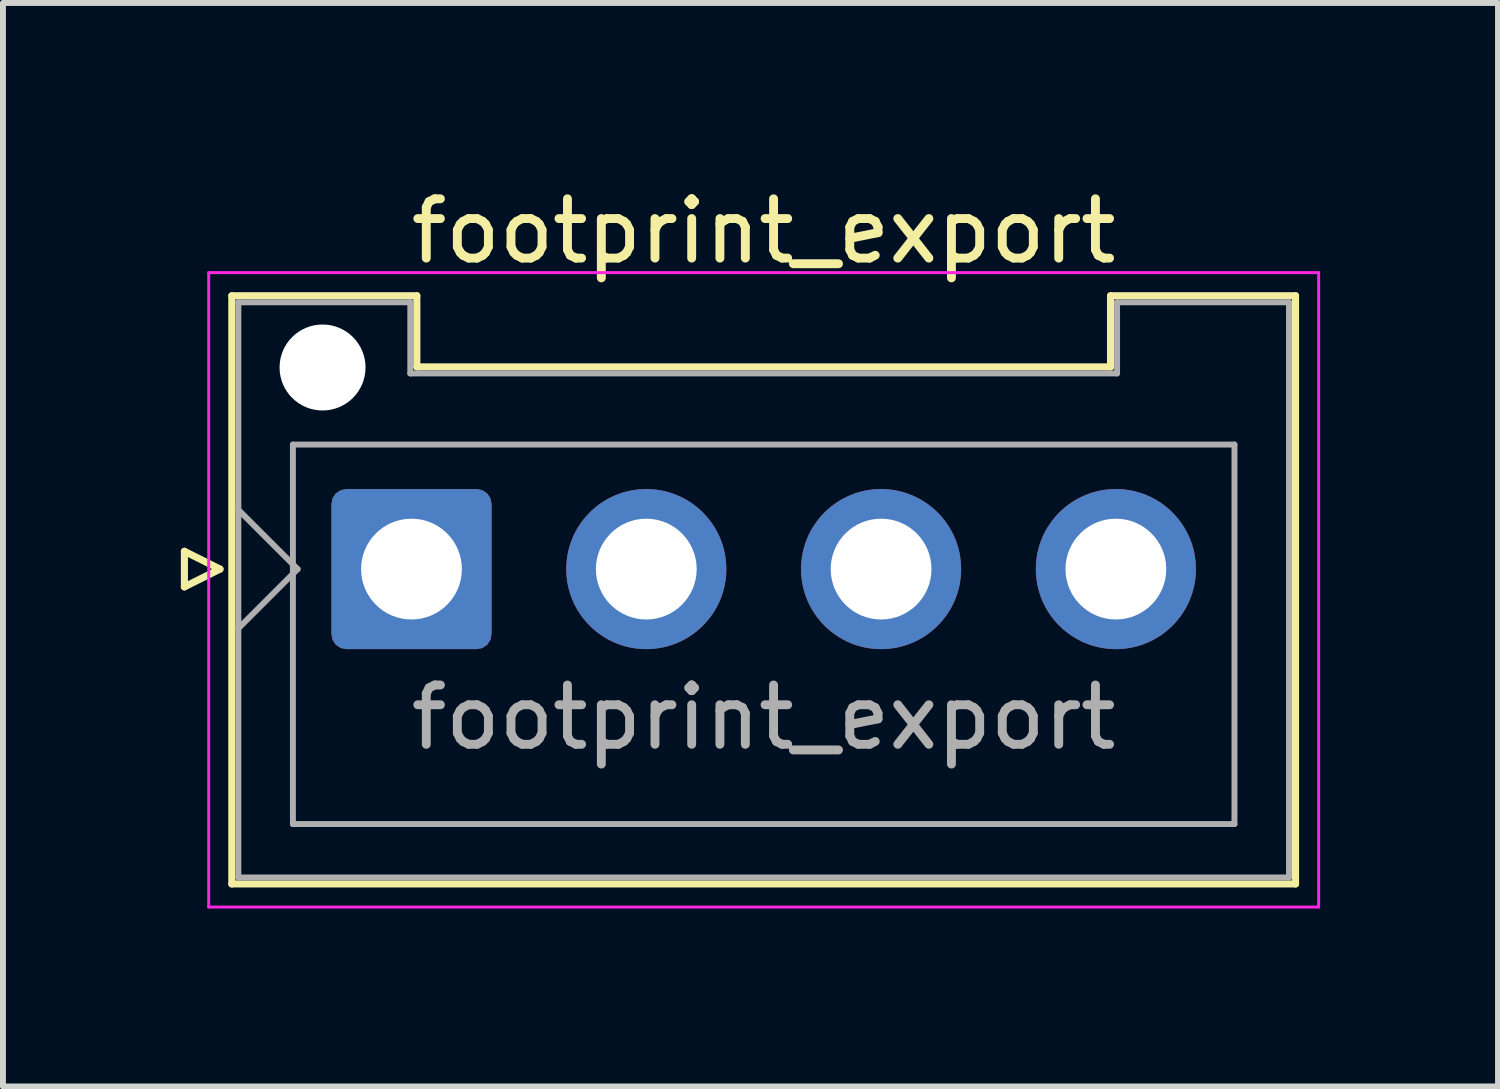
<source format=kicad_pcb>
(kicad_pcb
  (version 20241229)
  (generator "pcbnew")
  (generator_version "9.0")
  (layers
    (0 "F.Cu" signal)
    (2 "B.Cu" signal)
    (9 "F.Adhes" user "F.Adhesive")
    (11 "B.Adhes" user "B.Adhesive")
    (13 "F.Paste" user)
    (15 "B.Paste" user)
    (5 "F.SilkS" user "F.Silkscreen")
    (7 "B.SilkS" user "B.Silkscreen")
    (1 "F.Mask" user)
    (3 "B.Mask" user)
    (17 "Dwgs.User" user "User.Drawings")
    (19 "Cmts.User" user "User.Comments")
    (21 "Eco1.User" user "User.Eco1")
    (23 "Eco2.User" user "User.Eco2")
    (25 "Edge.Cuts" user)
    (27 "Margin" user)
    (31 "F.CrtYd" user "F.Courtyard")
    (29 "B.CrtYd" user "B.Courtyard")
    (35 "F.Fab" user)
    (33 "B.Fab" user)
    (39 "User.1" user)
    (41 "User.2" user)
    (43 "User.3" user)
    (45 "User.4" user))
  (footprint "footprint_export"
    (layer "F.Cu")
    (at 3.89 6.548)
    (property "Reference" "footprint_export" (at 5.94 -5.7 0) (layer "F.SilkS") (effects (font (size 1 1) (thickness 0.15))))
    (attr through_hole)
    (fp_line (start -3.83 -0.3) (end -3.23 0) (stroke (width 0.12) (type solid)) (layer "F.SilkS"))
    (fp_line (start -3.83 0.3) (end -3.83 -0.3) (stroke (width 0.12) (type solid)) (layer "F.SilkS"))
    (fp_line (start -3.23 0) (end -3.83 0.3) (stroke (width 0.12) (type solid)) (layer "F.SilkS"))
    (fp_line (start -3.03 -4.61) (end 0.09 -4.61) (stroke (width 0.12) (type solid)) (layer "F.SilkS"))
    (fp_line (start -3.03 5.31) (end -3.03 -4.61) (stroke (width 0.12) (type solid)) (layer "F.SilkS"))
    (fp_line (start 0.09 -4.61) (end 0.09 -3.41) (stroke (width 0.12) (type solid)) (layer "F.SilkS"))
    (fp_line (start 0.09 -3.41) (end 11.79 -3.41) (stroke (width 0.12) (type solid)) (layer "F.SilkS"))
    (fp_line (start 11.79 -4.61) (end 14.91 -4.61) (stroke (width 0.12) (type solid)) (layer "F.SilkS"))
    (fp_line (start 11.79 -3.41) (end 11.79 -4.61) (stroke (width 0.12) (type solid)) (layer "F.SilkS"))
    (fp_line (start 14.91 -4.61) (end 14.91 5.31) (stroke (width 0.12) (type solid)) (layer "F.SilkS"))
    (fp_line (start 14.91 5.31) (end -3.03 5.31) (stroke (width 0.12) (type solid)) (layer "F.SilkS"))
    (fp_line (start -3.42 -5) (end -3.42 5.7) (stroke (width 0.05) (type solid)) (layer "F.CrtYd"))
    (fp_line (start -3.42 5.7) (end 15.3 5.7) (stroke (width 0.05) (type solid)) (layer "F.CrtYd"))
    (fp_line (start 15.3 -5) (end -3.42 -5) (stroke (width 0.05) (type solid)) (layer "F.CrtYd"))
    (fp_line (start 15.3 5.7) (end 15.3 -5) (stroke (width 0.05) (type solid)) (layer "F.CrtYd"))
    (fp_line (start -2.92 -4.5) (end -0.02 -4.5) (stroke (width 0.1) (type solid)) (layer "F.Fab"))
    (fp_line (start -2.92 -1) (end -1.92 0) (stroke (width 0.1) (type solid)) (layer "F.Fab"))
    (fp_line (start -2.92 1) (end -1.92 0) (stroke (width 0.1) (type solid)) (layer "F.Fab"))
    (fp_line (start -2.92 5.2) (end -2.92 -4.5) (stroke (width 0.1) (type solid)) (layer "F.Fab"))
    (fp_line (start -2 -2.1) (end 13.88 -2.1) (stroke (width 0.1) (type solid)) (layer "F.Fab"))
    (fp_line (start -2 4.3) (end -2 -2.1) (stroke (width 0.1) (type solid)) (layer "F.Fab"))
    (fp_line (start -0.02 -4.5) (end -0.02 -3.3) (stroke (width 0.1) (type solid)) (layer "F.Fab"))
    (fp_line (start -0.02 -3.3) (end 11.9 -3.3) (stroke (width 0.1) (type solid)) (layer "F.Fab"))
    (fp_line (start 11.9 -4.5) (end 14.8 -4.5) (stroke (width 0.1) (type solid)) (layer "F.Fab"))
    (fp_line (start 11.9 -3.3) (end 11.9 -4.5) (stroke (width 0.1) (type solid)) (layer "F.Fab"))
    (fp_line (start 13.88 -2.1) (end 13.88 4.3) (stroke (width 0.1) (type solid)) (layer "F.Fab"))
    (fp_line (start 13.88 4.3) (end -2 4.3) (stroke (width 0.1) (type solid)) (layer "F.Fab"))
    (fp_line (start 14.8 -4.5) (end 14.8 5.2) (stroke (width 0.1) (type solid)) (layer "F.Fab"))
    (fp_line (start 14.8 5.2) (end -2.92 5.2) (stroke (width 0.1) (type solid)) (layer "F.Fab"))
    (fp_text user "${REFERENCE}" (at 5.94 2.5 0) (layer "F.Fab") (effects (font (size 1 1) (thickness 0.15))))
    (pad "" np_thru_hole circle (at -1.5 -3.4) (size 1.45 1.45) (drill 1.45) (layers "*.Cu" "*.Mask"))
    (pad "1" thru_hole roundrect (at 0 0) (size 2.7 2.7) (drill 1.7) (layers "*.Cu" "*.Mask") (roundrect_rratio 0.093))
    (pad "2" thru_hole circle (at 3.96 0) (size 2.7 2.7) (drill 1.7) (layers "*.Cu" "*.Mask"))
    (pad "3" thru_hole circle (at 7.92 0) (size 2.7 2.7) (drill 1.7) (layers "*.Cu" "*.Mask"))
    (pad "4" thru_hole circle (at 11.88 0) (size 2.7 2.7) (drill 1.7) (layers "*.Cu" "*.Mask")))
  (gr_rect
    (start -3 -3)
    (end 22.215 15.273)
    (stroke (width 0.1) (type default))
    (fill no)
    (layer "Edge.Cuts")))
</source>
